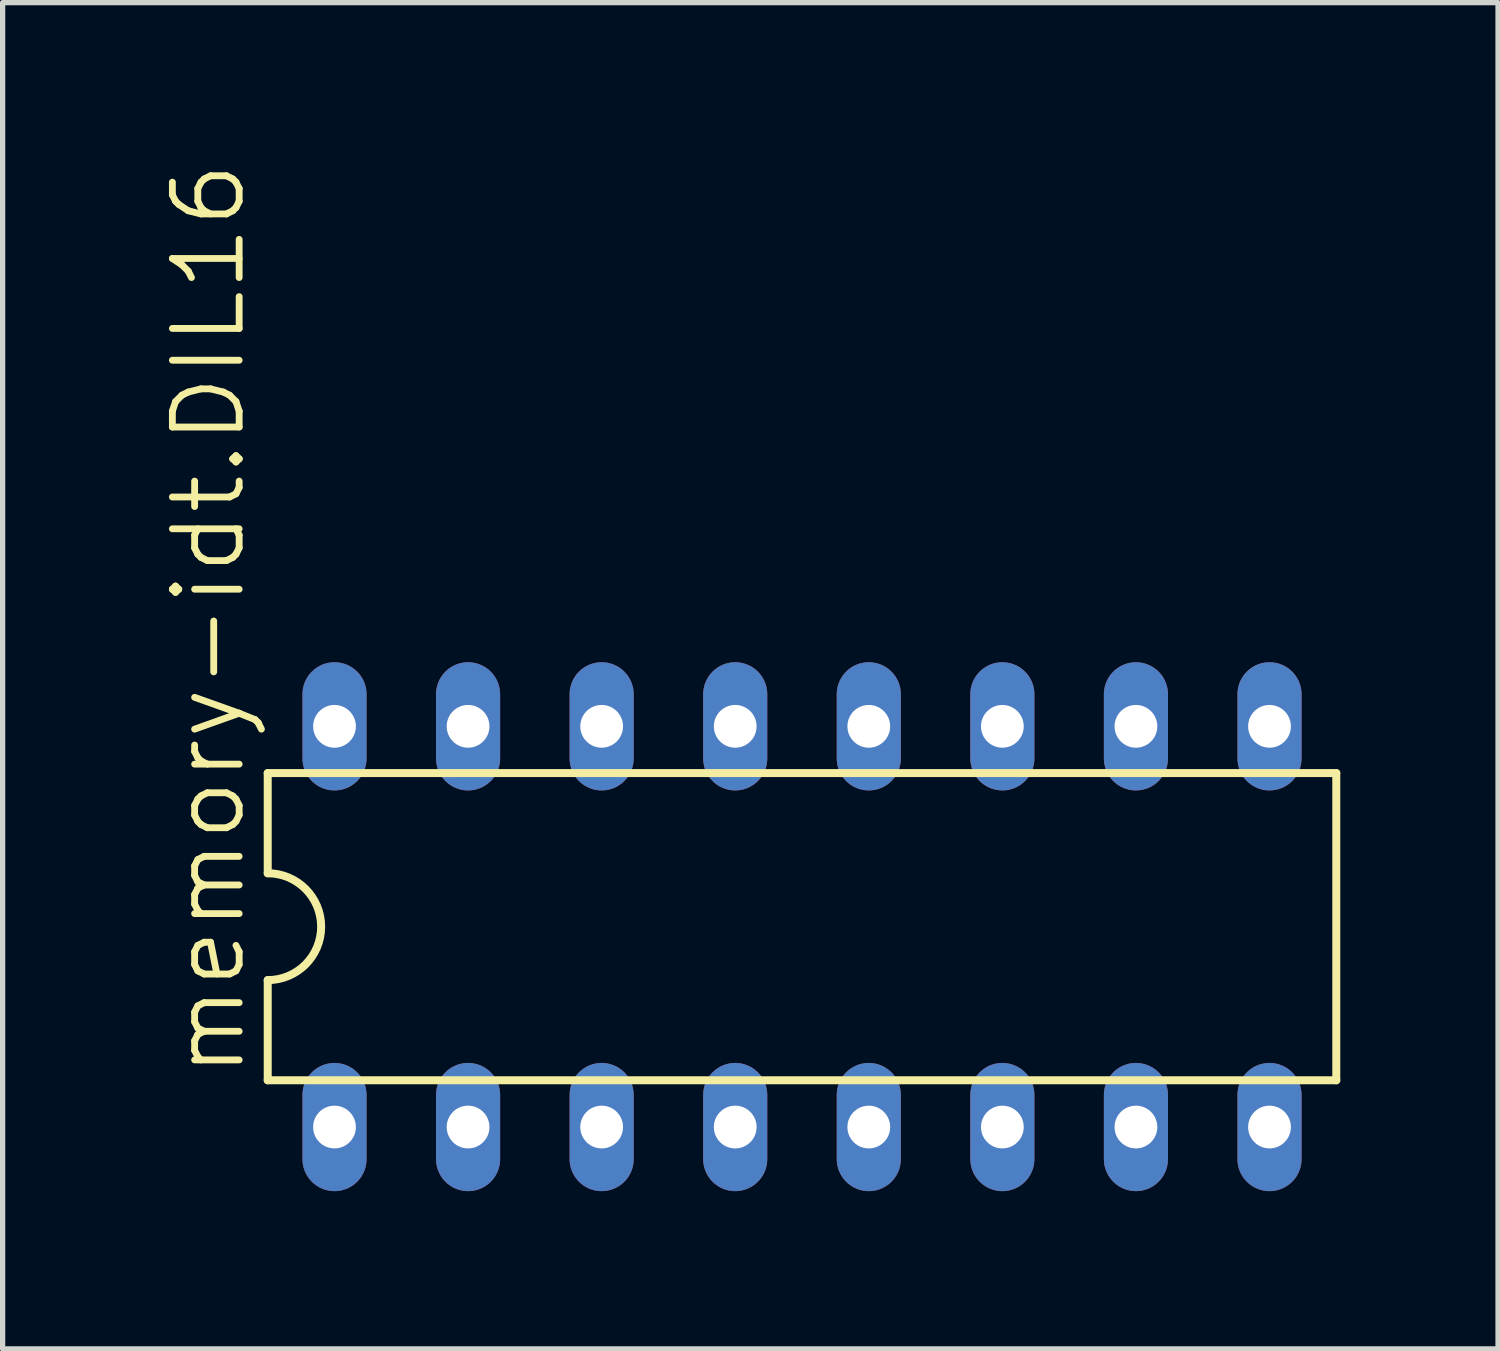
<source format=kicad_pcb>
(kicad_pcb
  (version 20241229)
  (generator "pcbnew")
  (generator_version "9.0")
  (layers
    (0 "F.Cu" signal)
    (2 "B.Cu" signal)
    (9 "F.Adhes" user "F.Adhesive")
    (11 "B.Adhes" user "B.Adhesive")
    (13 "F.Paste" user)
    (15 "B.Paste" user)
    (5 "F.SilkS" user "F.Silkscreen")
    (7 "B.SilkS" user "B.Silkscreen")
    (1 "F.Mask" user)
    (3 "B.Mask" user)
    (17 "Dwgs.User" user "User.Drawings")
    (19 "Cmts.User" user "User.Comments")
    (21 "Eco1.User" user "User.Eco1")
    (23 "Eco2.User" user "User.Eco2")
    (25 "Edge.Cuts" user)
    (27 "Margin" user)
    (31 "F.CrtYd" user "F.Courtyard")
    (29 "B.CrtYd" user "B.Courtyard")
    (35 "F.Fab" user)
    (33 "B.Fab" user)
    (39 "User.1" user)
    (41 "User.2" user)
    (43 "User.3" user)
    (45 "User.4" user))
  (footprint "memory-idt.DIL16"
    (layer "F.Cu")
    (at 12.201 14.572)
    (property "Reference" "memory-idt.DIL16" (at -10.541 2.921 90) (layer "F.SilkS") (effects (font (size 1.27 1.27) (thickness 0.13)) (justify left bottom)))
    (attr through_hole)
    (fp_line (start -10.16 -2.921) (end -10.16 -1.016) (stroke (width 0.152) (type default)) (layer "F.SilkS"))
    (fp_line (start -10.16 2.921) (end -10.16 1.016) (stroke (width 0.152) (type default)) (layer "F.SilkS"))
    (fp_line (start -10.16 2.921) (end 10.16 2.921) (stroke (width 0.152) (type default)) (layer "F.SilkS"))
    (fp_line (start 10.16 -2.921) (end -10.16 -2.921) (stroke (width 0.152) (type default)) (layer "F.SilkS"))
    (fp_line (start 10.16 -2.921) (end 10.16 2.921) (stroke (width 0.152) (type default)) (layer "F.SilkS"))
    (fp_arc (start -10.16 -1.016) (mid -9.144 0) (end -10.16 1.016) (stroke (width 0.1524) (type default)) (layer "F.SilkS"))
    (pad "1" thru_hole oval (at -8.89 3.81 90) (size 2.438 1.219) (drill 0.813) (layers "*.Cu" "*.Mask"))
    (pad "2" thru_hole oval (at -6.35 3.81 90) (size 2.438 1.219) (drill 0.813) (layers "*.Cu" "*.Mask"))
    (pad "3" thru_hole oval (at -3.81 3.81 90) (size 2.438 1.219) (drill 0.813) (layers "*.Cu" "*.Mask"))
    (pad "4" thru_hole oval (at -1.27 3.81 90) (size 2.438 1.219) (drill 0.813) (layers "*.Cu" "*.Mask"))
    (pad "5" thru_hole oval (at 1.27 3.81 90) (size 2.438 1.219) (drill 0.813) (layers "*.Cu" "*.Mask"))
    (pad "6" thru_hole oval (at 3.81 3.81 90) (size 2.438 1.219) (drill 0.813) (layers "*.Cu" "*.Mask"))
    (pad "7" thru_hole oval (at 6.35 3.81 90) (size 2.438 1.219) (drill 0.813) (layers "*.Cu" "*.Mask"))
    (pad "8" thru_hole oval (at 8.89 3.81 90) (size 2.438 1.219) (drill 0.813) (layers "*.Cu" "*.Mask"))
    (pad "9" thru_hole oval (at 8.89 -3.81 90) (size 2.438 1.219) (drill 0.813) (layers "*.Cu" "*.Mask"))
    (pad "10" thru_hole oval (at 6.35 -3.81 90) (size 2.438 1.219) (drill 0.813) (layers "*.Cu" "*.Mask"))
    (pad "11" thru_hole oval (at 3.81 -3.81 90) (size 2.438 1.219) (drill 0.813) (layers "*.Cu" "*.Mask"))
    (pad "12" thru_hole oval (at 1.27 -3.81 90) (size 2.438 1.219) (drill 0.813) (layers "*.Cu" "*.Mask"))
    (pad "13" thru_hole oval (at -1.27 -3.81 90) (size 2.438 1.219) (drill 0.813) (layers "*.Cu" "*.Mask"))
    (pad "14" thru_hole oval (at -3.81 -3.81 90) (size 2.438 1.219) (drill 0.813) (layers "*.Cu" "*.Mask"))
    (pad "15" thru_hole oval (at -6.35 -3.81 90) (size 2.438 1.219) (drill 0.813) (layers "*.Cu" "*.Mask"))
    (pad "16" thru_hole oval (at -8.89 -3.81 90) (size 2.438 1.219) (drill 0.813) (layers "*.Cu" "*.Mask")))
  (gr_rect
    (start -3 -3)
    (end 25.437 22.601)
    (stroke (width 0.1) (type default))
    (fill no)
    (layer "Edge.Cuts")))
</source>
